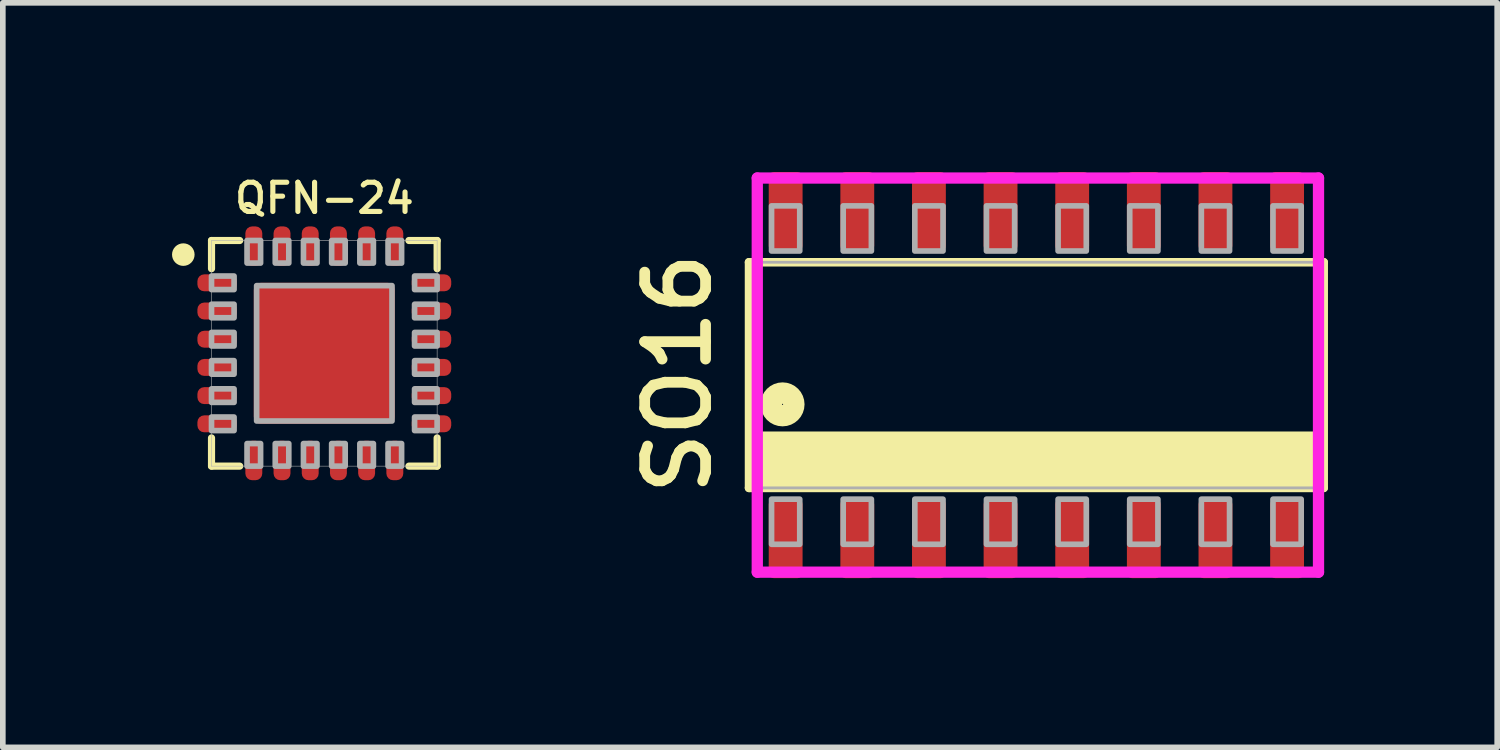
<source format=kicad_pcb>
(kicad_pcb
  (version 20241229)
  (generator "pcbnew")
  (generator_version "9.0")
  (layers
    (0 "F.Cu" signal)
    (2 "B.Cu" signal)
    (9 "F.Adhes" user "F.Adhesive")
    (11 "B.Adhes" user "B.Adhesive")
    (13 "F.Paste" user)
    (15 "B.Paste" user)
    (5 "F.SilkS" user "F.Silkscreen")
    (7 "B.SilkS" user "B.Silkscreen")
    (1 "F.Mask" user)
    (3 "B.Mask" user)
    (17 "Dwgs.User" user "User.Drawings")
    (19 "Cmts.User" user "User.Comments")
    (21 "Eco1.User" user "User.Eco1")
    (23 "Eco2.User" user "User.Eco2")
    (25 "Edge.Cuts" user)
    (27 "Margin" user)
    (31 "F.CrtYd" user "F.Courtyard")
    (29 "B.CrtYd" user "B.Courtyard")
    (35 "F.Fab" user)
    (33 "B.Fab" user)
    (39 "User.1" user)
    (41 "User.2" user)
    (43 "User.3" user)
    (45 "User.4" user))
  (footprint "SO16"
    (layer "F.Cu")
    (at 15.324 3.6)
    (property "Reference" "SO16" (at -5.723 -0.027 90) (layer "F.SilkS") (effects (font (size 1.079 1.079) (thickness 0.191)) (justify bottom)))
    (fp_line (start -5.094 -2) (end 5.094 -2) (stroke (width 0.152) (type solid)) (layer "F.SilkS"))
    (fp_line (start -5.094 2) (end -5.094 -2) (stroke (width 0.152) (type solid)) (layer "F.SilkS"))
    (fp_line (start 5.094 -2) (end 5.094 2) (stroke (width 0.152) (type solid)) (layer "F.SilkS"))
    (fp_line (start 5.094 2) (end -5.094 2) (stroke (width 0.152) (type solid)) (layer "F.SilkS"))
    (fp_circle (center -4.5 0.519) (end -4.3 0.519) (stroke (width 0.38) (type solid)) (fill no) (layer "F.SilkS"))
    (fp_poly (pts (xy -5 2) (xy 5 2) (xy 5 1) (xy -5 1)) (stroke (width 0) (type solid)) (fill yes) (layer "F.SilkS"))
    (fp_line (start -4.948 -3.494) (end 5.002 -3.494) (stroke (width 0.2) (type solid)) (layer "F.CrtYd"))
    (fp_line (start -4.948 3.494) (end -4.948 -3.494) (stroke (width 0.2) (type solid)) (layer "F.CrtYd"))
    (fp_line (start 5.002 -3.494) (end 5.002 3.494) (stroke (width 0.2) (type solid)) (layer "F.CrtYd"))
    (fp_line (start 5.002 3.494) (end -4.948 3.494) (stroke (width 0.2) (type solid)) (layer "F.CrtYd"))
    (fp_line (start -5 -2) (end 5 -2) (stroke (width 0.05) (type solid)) (layer "F.Fab"))
    (fp_line (start -5 2) (end -5 -2) (stroke (width 0.05) (type solid)) (layer "F.Fab"))
    (fp_line (start 5 -2) (end 5 2) (stroke (width 0.05) (type solid)) (layer "F.Fab"))
    (fp_line (start 5 2) (end -5 2) (stroke (width 0.05) (type solid)) (layer "F.Fab"))
    (fp_poly (pts (xy -4.695 -2.2) (xy -4.195 -2.2) (xy -4.195 -3) (xy -4.695 -3)) (stroke (width 0.1) (type solid)) (fill no) (layer "F.Fab"))
    (fp_poly (pts (xy -4.695 3) (xy -4.195 3) (xy -4.195 2.2) (xy -4.695 2.2)) (stroke (width 0.1) (type solid)) (fill no) (layer "F.Fab"))
    (fp_poly (pts (xy -3.425 -2.2) (xy -2.925 -2.2) (xy -2.925 -3) (xy -3.425 -3)) (stroke (width 0.1) (type solid)) (fill no) (layer "F.Fab"))
    (fp_poly (pts (xy -3.425 3) (xy -2.925 3) (xy -2.925 2.2) (xy -3.425 2.2)) (stroke (width 0.1) (type solid)) (fill no) (layer "F.Fab"))
    (fp_poly (pts (xy -2.155 -2.2) (xy -1.655 -2.2) (xy -1.655 -3) (xy -2.155 -3)) (stroke (width 0.1) (type solid)) (fill no) (layer "F.Fab"))
    (fp_poly (pts (xy -2.155 3) (xy -1.655 3) (xy -1.655 2.2) (xy -2.155 2.2)) (stroke (width 0.1) (type solid)) (fill no) (layer "F.Fab"))
    (fp_poly (pts (xy -0.885 -2.2) (xy -0.385 -2.2) (xy -0.385 -3) (xy -0.885 -3)) (stroke (width 0.1) (type solid)) (fill no) (layer "F.Fab"))
    (fp_poly (pts (xy -0.885 3) (xy -0.385 3) (xy -0.385 2.2) (xy -0.885 2.2)) (stroke (width 0.1) (type solid)) (fill no) (layer "F.Fab"))
    (fp_poly (pts (xy 0.385 -2.2) (xy 0.885 -2.2) (xy 0.885 -3) (xy 0.385 -3)) (stroke (width 0.1) (type solid)) (fill no) (layer "F.Fab"))
    (fp_poly (pts (xy 0.385 3) (xy 0.885 3) (xy 0.885 2.2) (xy 0.385 2.2)) (stroke (width 0.1) (type solid)) (fill no) (layer "F.Fab"))
    (fp_poly (pts (xy 1.655 -2.2) (xy 2.155 -2.2) (xy 2.155 -3) (xy 1.655 -3)) (stroke (width 0.1) (type solid)) (fill no) (layer "F.Fab"))
    (fp_poly (pts (xy 1.655 3) (xy 2.155 3) (xy 2.155 2.2) (xy 1.655 2.2)) (stroke (width 0.1) (type solid)) (fill no) (layer "F.Fab"))
    (fp_poly (pts (xy 2.925 -2.2) (xy 3.425 -2.2) (xy 3.425 -3) (xy 2.925 -3)) (stroke (width 0.1) (type solid)) (fill no) (layer "F.Fab"))
    (fp_poly (pts (xy 2.925 3) (xy 3.425 3) (xy 3.425 2.2) (xy 2.925 2.2)) (stroke (width 0.1) (type solid)) (fill no) (layer "F.Fab"))
    (fp_poly (pts (xy 4.195 -2.2) (xy 4.695 -2.2) (xy 4.695 -3) (xy 4.195 -3)) (stroke (width 0.1) (type solid)) (fill no) (layer "F.Fab"))
    (fp_poly (pts (xy 4.195 3) (xy 4.695 3) (xy 4.695 2.2) (xy 4.195 2.2)) (stroke (width 0.1) (type solid)) (fill no) (layer "F.Fab"))
    (pad "1" smd roundrect (at -4.445 2.9) (size 0.6 1.4) (layers "F.Cu" "F.Mask" "F.Paste") (roundrect_rratio 0.15))
    (pad "2" smd roundrect (at -3.175 2.9) (size 0.6 1.4) (layers "F.Cu" "F.Mask" "F.Paste") (roundrect_rratio 0.15))
    (pad "3" smd roundrect (at -1.905 2.9) (size 0.6 1.4) (layers "F.Cu" "F.Mask" "F.Paste") (roundrect_rratio 0.15))
    (pad "4" smd roundrect (at -0.635 2.9) (size 0.6 1.4) (layers "F.Cu" "F.Mask" "F.Paste") (roundrect_rratio 0.15))
    (pad "5" smd roundrect (at 0.635 2.9) (size 0.6 1.4) (layers "F.Cu" "F.Mask" "F.Paste") (roundrect_rratio 0.15))
    (pad "6" smd roundrect (at 1.905 2.9) (size 0.6 1.4) (layers "F.Cu" "F.Mask" "F.Paste") (roundrect_rratio 0.15))
    (pad "7" smd roundrect (at 3.175 2.9) (size 0.6 1.4) (layers "F.Cu" "F.Mask" "F.Paste") (roundrect_rratio 0.15))
    (pad "8" smd roundrect (at 4.445 2.9) (size 0.6 1.4) (layers "F.Cu" "F.Mask" "F.Paste") (roundrect_rratio 0.15))
    (pad "9" smd roundrect (at 4.445 -2.9) (size 0.6 1.4) (layers "F.Cu" "F.Mask" "F.Paste") (roundrect_rratio 0.15))
    (pad "10" smd roundrect (at 3.175 -2.9) (size 0.6 1.4) (layers "F.Cu" "F.Mask" "F.Paste") (roundrect_rratio 0.15))
    (pad "11" smd roundrect (at 1.905 -2.9) (size 0.6 1.4) (layers "F.Cu" "F.Mask" "F.Paste") (roundrect_rratio 0.15))
    (pad "12" smd roundrect (at 0.635 -2.9) (size 0.6 1.4) (layers "F.Cu" "F.Mask" "F.Paste") (roundrect_rratio 0.15))
    (pad "13" smd roundrect (at -0.635 -2.9) (size 0.6 1.4) (layers "F.Cu" "F.Mask" "F.Paste") (roundrect_rratio 0.15))
    (pad "14" smd roundrect (at -1.905 -2.9) (size 0.6 1.4) (layers "F.Cu" "F.Mask" "F.Paste") (roundrect_rratio 0.15))
    (pad "15" smd roundrect (at -3.175 -2.9) (size 0.6 1.4) (layers "F.Cu" "F.Mask" "F.Paste") (roundrect_rratio 0.15))
    (pad "16" smd roundrect (at -4.445 -2.9) (size 0.6 1.4) (layers "F.Cu" "F.Mask" "F.Paste") (roundrect_rratio 0.15)))
  (footprint "QFN-24"
    (layer "F.Cu")
    (at 2.7 3.214)
    (property "Reference" "QFN-24" (at 0 -2.75 0) (layer "F.SilkS") (effects (font (size 0.518 0.518) (thickness 0.091))))
    (fp_line (start -2 -2) (end -1.5 -2) (stroke (width 0.127) (type solid)) (layer "F.SilkS"))
    (fp_line (start -2 -1.5) (end -2 -2) (stroke (width 0.127) (type solid)) (layer "F.SilkS"))
    (fp_line (start -2 1.5) (end -2 2) (stroke (width 0.127) (type solid)) (layer "F.SilkS"))
    (fp_line (start -2 2) (end -1.5 2) (stroke (width 0.127) (type solid)) (layer "F.SilkS"))
    (fp_line (start 1.5 -2) (end 2 -2) (stroke (width 0.127) (type solid)) (layer "F.SilkS"))
    (fp_line (start 2 -2) (end 2 -1.5) (stroke (width 0.127) (type solid)) (layer "F.SilkS"))
    (fp_line (start 2 1.5) (end 2 2) (stroke (width 0.127) (type solid)) (layer "F.SilkS"))
    (fp_line (start 2 2) (end 1.5 2) (stroke (width 0.127) (type solid)) (layer "F.SilkS"))
    (fp_circle (center -2.5 -1.75) (end -2.4 -1.75) (stroke (width 0.2) (type solid)) (fill no) (layer "F.SilkS"))
    (fp_line (start -2 -2) (end 2 -2) (stroke (width 0.01) (type solid)) (layer "F.Fab"))
    (fp_line (start -2 2) (end -2 -2) (stroke (width 0.01) (type solid)) (layer "F.Fab"))
    (fp_line (start 2 -2) (end 2 2) (stroke (width 0.01) (type solid)) (layer "F.Fab"))
    (fp_line (start 2 2) (end -2 2) (stroke (width 0.01) (type solid)) (layer "F.Fab"))
    (fp_poly (pts (xy -1.6 -1.13) (xy -1.6 -1.37) (xy -2 -1.37) (xy -2 -1.13)) (stroke (width 0.1) (type solid)) (fill no) (layer "F.Fab"))
    (fp_poly (pts (xy -1.6 -0.63) (xy -1.6 -0.87) (xy -2 -0.87) (xy -2 -0.63)) (stroke (width 0.1) (type solid)) (fill no) (layer "F.Fab"))
    (fp_poly (pts (xy -1.6 -0.13) (xy -1.6 -0.37) (xy -2 -0.37) (xy -2 -0.13)) (stroke (width 0.1) (type solid)) (fill no) (layer "F.Fab"))
    (fp_poly (pts (xy -1.6 0.37) (xy -1.6 0.13) (xy -2 0.13) (xy -2 0.37)) (stroke (width 0.1) (type solid)) (fill no) (layer "F.Fab"))
    (fp_poly (pts (xy -1.6 0.87) (xy -1.6 0.63) (xy -2 0.63) (xy -2 0.87)) (stroke (width 0.1) (type solid)) (fill no) (layer "F.Fab"))
    (fp_poly (pts (xy -1.6 1.37) (xy -1.6 1.13) (xy -2 1.13) (xy -2 1.37)) (stroke (width 0.1) (type solid)) (fill no) (layer "F.Fab"))
    (fp_poly (pts (xy -1.37 -1.6) (xy -1.13 -1.6) (xy -1.13 -2) (xy -1.37 -2)) (stroke (width 0.1) (type solid)) (fill no) (layer "F.Fab"))
    (fp_poly (pts (xy -1.2 1.2) (xy 1.2 1.2) (xy 1.2 -1.2) (xy -1.2 -1.2)) (stroke (width 0.1) (type solid)) (fill no) (layer "F.Fab"))
    (fp_poly (pts (xy -1.13 1.6) (xy -1.37 1.6) (xy -1.37 2) (xy -1.13 2)) (stroke (width 0.1) (type solid)) (fill no) (layer "F.Fab"))
    (fp_poly (pts (xy -0.87 -1.6) (xy -0.63 -1.6) (xy -0.63 -2) (xy -0.87 -2)) (stroke (width 0.1) (type solid)) (fill no) (layer "F.Fab"))
    (fp_poly (pts (xy -0.63 1.6) (xy -0.87 1.6) (xy -0.87 2) (xy -0.63 2)) (stroke (width 0.1) (type solid)) (fill no) (layer "F.Fab"))
    (fp_poly (pts (xy -0.37 -1.6) (xy -0.13 -1.6) (xy -0.13 -2) (xy -0.37 -2)) (stroke (width 0.1) (type solid)) (fill no) (layer "F.Fab"))
    (fp_poly (pts (xy -0.13 1.6) (xy -0.37 1.6) (xy -0.37 2) (xy -0.13 2)) (stroke (width 0.1) (type solid)) (fill no) (layer "F.Fab"))
    (fp_poly (pts (xy 0.13 -1.6) (xy 0.37 -1.6) (xy 0.37 -2) (xy 0.13 -2)) (stroke (width 0.1) (type solid)) (fill no) (layer "F.Fab"))
    (fp_poly (pts (xy 0.37 1.6) (xy 0.13 1.6) (xy 0.13 2) (xy 0.37 2)) (stroke (width 0.1) (type solid)) (fill no) (layer "F.Fab"))
    (fp_poly (pts (xy 0.63 -1.6) (xy 0.87 -1.6) (xy 0.87 -2) (xy 0.63 -2)) (stroke (width 0.1) (type solid)) (fill no) (layer "F.Fab"))
    (fp_poly (pts (xy 0.87 1.6) (xy 0.63 1.6) (xy 0.63 2) (xy 0.87 2)) (stroke (width 0.1) (type solid)) (fill no) (layer "F.Fab"))
    (fp_poly (pts (xy 1.13 -1.6) (xy 1.37 -1.6) (xy 1.37 -2) (xy 1.13 -2)) (stroke (width 0.1) (type solid)) (fill no) (layer "F.Fab"))
    (fp_poly (pts (xy 1.37 1.6) (xy 1.13 1.6) (xy 1.13 2) (xy 1.37 2)) (stroke (width 0.1) (type solid)) (fill no) (layer "F.Fab"))
    (fp_poly (pts (xy 1.6 -1.37) (xy 1.6 -1.13) (xy 2 -1.13) (xy 2 -1.37)) (stroke (width 0.1) (type solid)) (fill no) (layer "F.Fab"))
    (fp_poly (pts (xy 1.6 -0.87) (xy 1.6 -0.63) (xy 2 -0.63) (xy 2 -0.87)) (stroke (width 0.1) (type solid)) (fill no) (layer "F.Fab"))
    (fp_poly (pts (xy 1.6 -0.37) (xy 1.6 -0.13) (xy 2 -0.13) (xy 2 -0.37)) (stroke (width 0.1) (type solid)) (fill no) (layer "F.Fab"))
    (fp_poly (pts (xy 1.6 0.13) (xy 1.6 0.37) (xy 2 0.37) (xy 2 0.13)) (stroke (width 0.1) (type solid)) (fill no) (layer "F.Fab"))
    (fp_poly (pts (xy 1.6 0.63) (xy 1.6 0.87) (xy 2 0.87) (xy 2 0.63)) (stroke (width 0.1) (type solid)) (fill no) (layer "F.Fab"))
    (fp_poly (pts (xy 1.6 1.13) (xy 1.6 1.37) (xy 2 1.37) (xy 2 1.13)) (stroke (width 0.1) (type solid)) (fill no) (layer "F.Fab"))
    (pad "1" smd roundrect (at -1.9 -1.25 180) (size 0.7 0.3) (layers "F.Cu" "F.Mask" "F.Paste") (roundrect_rratio 0.4))
    (pad "2" smd roundrect (at -1.9 -0.75 180) (size 0.7 0.3) (layers "F.Cu" "F.Mask" "F.Paste") (roundrect_rratio 0.4))
    (pad "3" smd roundrect (at -1.9 -0.25 180) (size 0.7 0.3) (layers "F.Cu" "F.Mask" "F.Paste") (roundrect_rratio 0.4))
    (pad "4" smd roundrect (at -1.9 0.25 180) (size 0.7 0.3) (layers "F.Cu" "F.Mask" "F.Paste") (roundrect_rratio 0.4))
    (pad "5" smd roundrect (at -1.9 0.75 180) (size 0.7 0.3) (layers "F.Cu" "F.Mask" "F.Paste") (roundrect_rratio 0.4))
    (pad "6" smd roundrect (at -1.9 1.25 180) (size 0.7 0.3) (layers "F.Cu" "F.Mask" "F.Paste") (roundrect_rratio 0.4))
    (pad "7" smd roundrect (at -1.25 1.9 270) (size 0.7 0.3) (layers "F.Cu" "F.Mask" "F.Paste") (roundrect_rratio 0.4))
    (pad "8" smd roundrect (at -0.75 1.9 270) (size 0.7 0.3) (layers "F.Cu" "F.Mask" "F.Paste") (roundrect_rratio 0.4))
    (pad "9" smd roundrect (at -0.25 1.9 270) (size 0.7 0.3) (layers "F.Cu" "F.Mask" "F.Paste") (roundrect_rratio 0.4))
    (pad "10" smd roundrect (at 0.25 1.9 270) (size 0.7 0.3) (layers "F.Cu" "F.Mask" "F.Paste") (roundrect_rratio 0.4))
    (pad "11" smd roundrect (at 0.75 1.9 270) (size 0.7 0.3) (layers "F.Cu" "F.Mask" "F.Paste") (roundrect_rratio 0.4))
    (pad "12" smd roundrect (at 1.25 1.9 270) (size 0.7 0.3) (layers "F.Cu" "F.Mask" "F.Paste") (roundrect_rratio 0.4))
    (pad "13" smd roundrect (at 1.9 1.25) (size 0.7 0.3) (layers "F.Cu" "F.Mask" "F.Paste") (roundrect_rratio 0.4))
    (pad "14" smd roundrect (at 1.9 0.75) (size 0.7 0.3) (layers "F.Cu" "F.Mask" "F.Paste") (roundrect_rratio 0.4))
    (pad "15" smd roundrect (at 1.9 0.25) (size 0.7 0.3) (layers "F.Cu" "F.Mask" "F.Paste") (roundrect_rratio 0.4))
    (pad "16" smd roundrect (at 1.9 -0.25) (size 0.7 0.3) (layers "F.Cu" "F.Mask" "F.Paste") (roundrect_rratio 0.4))
    (pad "17" smd roundrect (at 1.9 -0.75) (size 0.7 0.3) (layers "F.Cu" "F.Mask" "F.Paste") (roundrect_rratio 0.4))
    (pad "18" smd roundrect (at 1.9 -1.25) (size 0.7 0.3) (layers "F.Cu" "F.Mask" "F.Paste") (roundrect_rratio 0.4))
    (pad "19" smd roundrect (at 1.25 -1.9 90) (size 0.7 0.3) (layers "F.Cu" "F.Mask" "F.Paste") (roundrect_rratio 0.4))
    (pad "20" smd roundrect (at 0.75 -1.9 90) (size 0.7 0.3) (layers "F.Cu" "F.Mask" "F.Paste") (roundrect_rratio 0.4))
    (pad "21" smd roundrect (at 0.25 -1.9 90) (size 0.7 0.3) (layers "F.Cu" "F.Mask" "F.Paste") (roundrect_rratio 0.4))
    (pad "22" smd roundrect (at -0.25 -1.9 90) (size 0.7 0.3) (layers "F.Cu" "F.Mask" "F.Paste") (roundrect_rratio 0.4))
    (pad "23" smd roundrect (at -0.75 -1.9 90) (size 0.7 0.3) (layers "F.Cu" "F.Mask" "F.Paste") (roundrect_rratio 0.4))
    (pad "24" smd roundrect (at -1.25 -1.9 90) (size 0.7 0.3) (layers "F.Cu" "F.Mask" "F.Paste") (roundrect_rratio 0.4))
    (pad "PAD" smd roundrect (at 0 0) (size 2.5 2.5) (layers "F.Cu" "F.Mask" "F.Paste") (roundrect_rratio 0.05)))
  (gr_rect
    (start -3 -3)
    (end 23.494 10.2)
    (stroke (width 0.1) (type default))
    (fill no)
    (layer "Edge.Cuts")))
</source>
